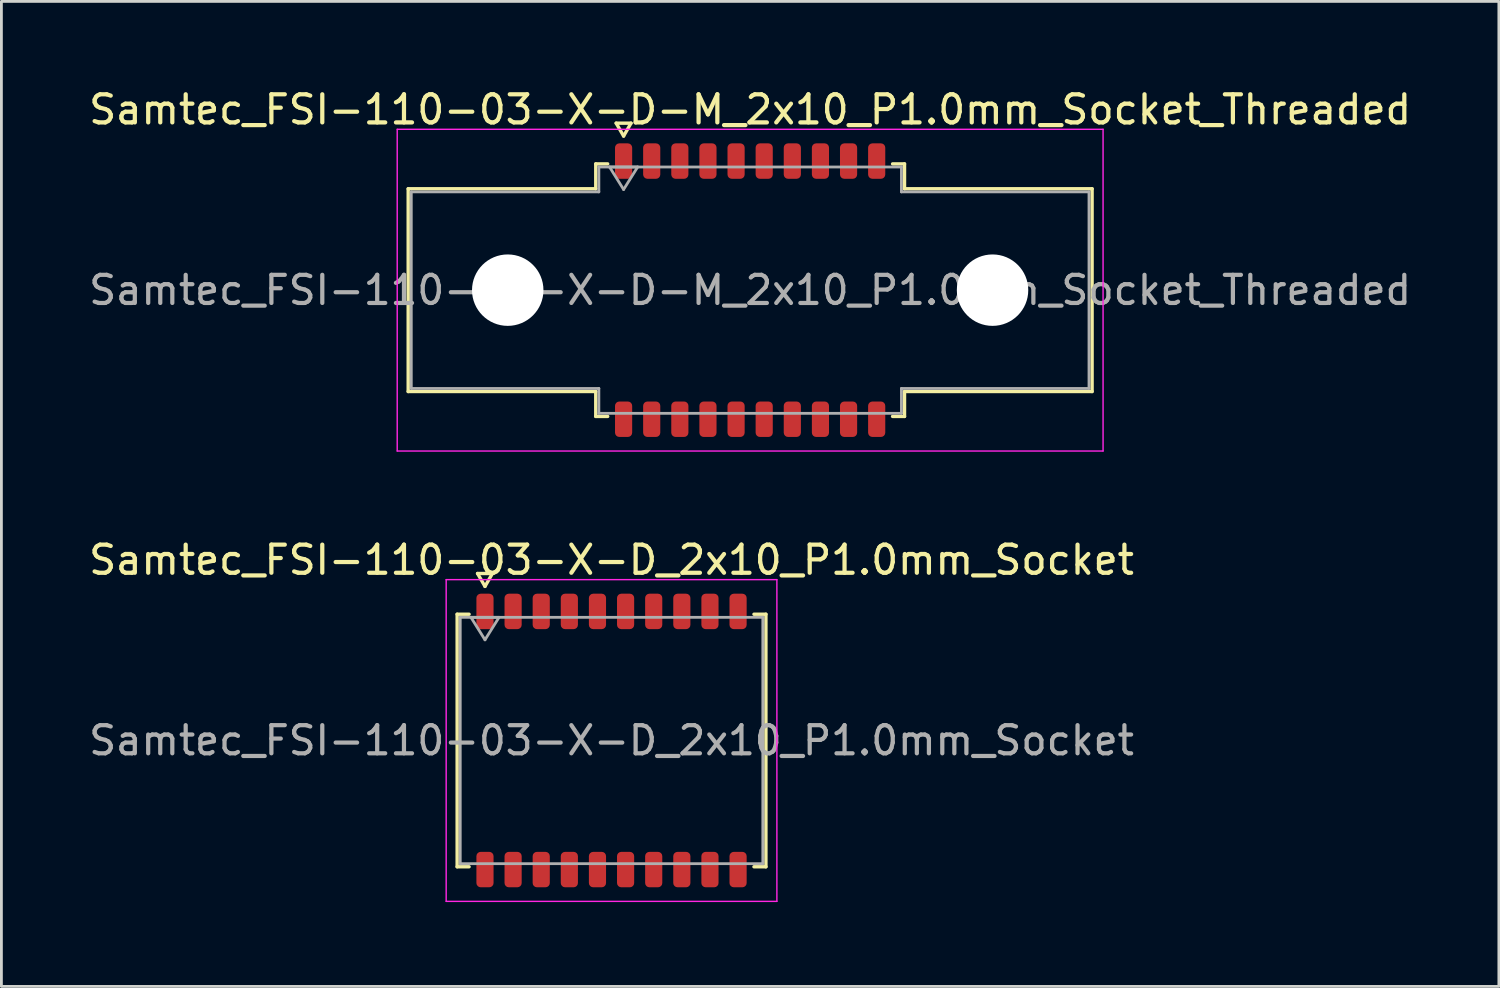
<source format=kicad_pcb>
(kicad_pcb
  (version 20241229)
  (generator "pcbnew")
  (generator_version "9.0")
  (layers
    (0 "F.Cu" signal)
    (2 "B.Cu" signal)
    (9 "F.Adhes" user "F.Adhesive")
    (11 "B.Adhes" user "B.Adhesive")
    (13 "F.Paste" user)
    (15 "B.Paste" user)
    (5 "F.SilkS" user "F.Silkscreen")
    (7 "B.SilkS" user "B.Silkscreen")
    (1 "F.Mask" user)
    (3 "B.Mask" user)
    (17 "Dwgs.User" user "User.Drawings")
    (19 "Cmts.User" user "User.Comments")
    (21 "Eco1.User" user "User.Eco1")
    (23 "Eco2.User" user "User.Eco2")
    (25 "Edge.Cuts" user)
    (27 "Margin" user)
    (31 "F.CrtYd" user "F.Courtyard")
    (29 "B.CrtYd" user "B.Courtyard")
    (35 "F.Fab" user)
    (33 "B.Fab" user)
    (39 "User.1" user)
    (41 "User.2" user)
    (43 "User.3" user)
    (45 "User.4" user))
  (footprint "Samtec_FSI-110-03-X-D-M_2x10_P1.0mm_Socket_Threaded"
    (layer "F.Cu")
    (at 23.625 7.268)
    (property "Reference" "Samtec_FSI-110-03-X-D-M_2x10_P1.0mm_Socket_Threaded" (at 0 -6.42 0) (layer "F.SilkS") (effects (font (size 1 1) (thickness 0.15))))
    (attr smd)
    (fp_line (start -12.16 -3.605) (end -5.49 -3.605) (stroke (width 0.12) (type solid)) (layer "F.SilkS"))
    (fp_line (start -12.16 3.605) (end -12.16 -3.605) (stroke (width 0.12) (type solid)) (layer "F.SilkS"))
    (fp_line (start -5.49 -4.49) (end -5.065 -4.49) (stroke (width 0.12) (type solid)) (layer "F.SilkS"))
    (fp_line (start -5.49 -3.605) (end -5.49 -4.49) (stroke (width 0.12) (type solid)) (layer "F.SilkS"))
    (fp_line (start -5.49 3.605) (end -12.16 3.605) (stroke (width 0.12) (type solid)) (layer "F.SilkS"))
    (fp_line (start -5.49 4.49) (end -5.49 3.605) (stroke (width 0.12) (type solid)) (layer "F.SilkS"))
    (fp_line (start -5.065 4.49) (end -5.49 4.49) (stroke (width 0.12) (type solid)) (layer "F.SilkS"))
    (fp_line (start -4.764 -5.938) (end -4.5 -5.48) (stroke (width 0.12) (type solid)) (layer "F.SilkS"))
    (fp_line (start -4.5 -5.48) (end -4.236 -5.938) (stroke (width 0.12) (type solid)) (layer "F.SilkS"))
    (fp_line (start -4.236 -5.938) (end -4.764 -5.938) (stroke (width 0.12) (type solid)) (layer "F.SilkS"))
    (fp_line (start 5.065 -4.49) (end 5.49 -4.49) (stroke (width 0.12) (type solid)) (layer "F.SilkS"))
    (fp_line (start 5.49 -4.49) (end 5.49 -3.605) (stroke (width 0.12) (type solid)) (layer "F.SilkS"))
    (fp_line (start 5.49 -3.605) (end 12.16 -3.605) (stroke (width 0.12) (type solid)) (layer "F.SilkS"))
    (fp_line (start 5.49 3.605) (end 5.49 4.49) (stroke (width 0.12) (type solid)) (layer "F.SilkS"))
    (fp_line (start 5.49 4.49) (end 5.065 4.49) (stroke (width 0.12) (type solid)) (layer "F.SilkS"))
    (fp_line (start 12.16 -3.605) (end 12.16 3.605) (stroke (width 0.12) (type solid)) (layer "F.SilkS"))
    (fp_line (start 12.16 3.605) (end 5.49 3.605) (stroke (width 0.12) (type solid)) (layer "F.SilkS"))
    (fp_line (start -12.55 -5.72) (end -12.55 5.72) (stroke (width 0.05) (type solid)) (layer "F.CrtYd"))
    (fp_line (start -12.55 5.72) (end 12.55 5.72) (stroke (width 0.05) (type solid)) (layer "F.CrtYd"))
    (fp_line (start 12.55 -5.72) (end -12.55 -5.72) (stroke (width 0.05) (type solid)) (layer "F.CrtYd"))
    (fp_line (start 12.55 5.72) (end 12.55 -5.72) (stroke (width 0.05) (type solid)) (layer "F.CrtYd"))
    (fp_line (start -12.05 -3.495) (end -5.38 -3.495) (stroke (width 0.1) (type solid)) (layer "F.Fab"))
    (fp_line (start -12.05 3.495) (end -12.05 -3.495) (stroke (width 0.1) (type solid)) (layer "F.Fab"))
    (fp_line (start -5.38 -4.38) (end 5.38 -4.38) (stroke (width 0.1) (type solid)) (layer "F.Fab"))
    (fp_line (start -5.38 -3.495) (end -5.38 -4.38) (stroke (width 0.1) (type solid)) (layer "F.Fab"))
    (fp_line (start -5.38 3.495) (end -12.05 3.495) (stroke (width 0.1) (type solid)) (layer "F.Fab"))
    (fp_line (start -5.38 4.38) (end -5.38 3.495) (stroke (width 0.1) (type solid)) (layer "F.Fab"))
    (fp_line (start -5 -4.38) (end -4.5 -3.58) (stroke (width 0.1) (type solid)) (layer "F.Fab"))
    (fp_line (start -4.5 -3.58) (end -4 -4.38) (stroke (width 0.1) (type solid)) (layer "F.Fab"))
    (fp_line (start -4 -4.38) (end -5 -4.38) (stroke (width 0.1) (type solid)) (layer "F.Fab"))
    (fp_line (start 5.38 -4.38) (end 5.38 -3.495) (stroke (width 0.1) (type solid)) (layer "F.Fab"))
    (fp_line (start 5.38 -3.495) (end 12.05 -3.495) (stroke (width 0.1) (type solid)) (layer "F.Fab"))
    (fp_line (start 5.38 3.495) (end 5.38 4.38) (stroke (width 0.1) (type solid)) (layer "F.Fab"))
    (fp_line (start 5.38 4.38) (end -5.38 4.38) (stroke (width 0.1) (type solid)) (layer "F.Fab"))
    (fp_line (start 12.05 -3.495) (end 12.05 3.495) (stroke (width 0.1) (type solid)) (layer "F.Fab"))
    (fp_line (start 12.05 3.495) (end 5.38 3.495) (stroke (width 0.1) (type solid)) (layer "F.Fab"))
    (fp_text user "${REFERENCE}" (at 0 0 0) (layer "F.Fab") (effects (font (size 1 1) (thickness 0.15))))
    (pad "" np_thru_hole circle (at -8.62 0) (size 2.54 2.54) (drill 2.54) (layers "*.Cu" "*.Mask"))
    (pad "" np_thru_hole circle (at 8.62 0) (size 2.54 2.54) (drill 2.54) (layers "*.Cu" "*.Mask"))
    (pad "1" smd roundrect (at -4.5 -4.59) (size 0.61 1.26) (layers "F.Cu" "F.Mask" "F.Paste") (roundrect_rratio 0.25))
    (pad "2" smd roundrect (at -4.5 4.59) (size 0.61 1.26) (layers "F.Cu" "F.Mask" "F.Paste") (roundrect_rratio 0.25))
    (pad "3" smd roundrect (at -3.5 -4.59) (size 0.61 1.26) (layers "F.Cu" "F.Mask" "F.Paste") (roundrect_rratio 0.25))
    (pad "4" smd roundrect (at -3.5 4.59) (size 0.61 1.26) (layers "F.Cu" "F.Mask" "F.Paste") (roundrect_rratio 0.25))
    (pad "5" smd roundrect (at -2.5 -4.59) (size 0.61 1.26) (layers "F.Cu" "F.Mask" "F.Paste") (roundrect_rratio 0.25))
    (pad "6" smd roundrect (at -2.5 4.59) (size 0.61 1.26) (layers "F.Cu" "F.Mask" "F.Paste") (roundrect_rratio 0.25))
    (pad "7" smd roundrect (at -1.5 -4.59) (size 0.61 1.26) (layers "F.Cu" "F.Mask" "F.Paste") (roundrect_rratio 0.25))
    (pad "8" smd roundrect (at -1.5 4.59) (size 0.61 1.26) (layers "F.Cu" "F.Mask" "F.Paste") (roundrect_rratio 0.25))
    (pad "9" smd roundrect (at -0.5 -4.59) (size 0.61 1.26) (layers "F.Cu" "F.Mask" "F.Paste") (roundrect_rratio 0.25))
    (pad "10" smd roundrect (at -0.5 4.59) (size 0.61 1.26) (layers "F.Cu" "F.Mask" "F.Paste") (roundrect_rratio 0.25))
    (pad "11" smd roundrect (at 0.5 -4.59) (size 0.61 1.26) (layers "F.Cu" "F.Mask" "F.Paste") (roundrect_rratio 0.25))
    (pad "12" smd roundrect (at 0.5 4.59) (size 0.61 1.26) (layers "F.Cu" "F.Mask" "F.Paste") (roundrect_rratio 0.25))
    (pad "13" smd roundrect (at 1.5 -4.59) (size 0.61 1.26) (layers "F.Cu" "F.Mask" "F.Paste") (roundrect_rratio 0.25))
    (pad "14" smd roundrect (at 1.5 4.59) (size 0.61 1.26) (layers "F.Cu" "F.Mask" "F.Paste") (roundrect_rratio 0.25))
    (pad "15" smd roundrect (at 2.5 -4.59) (size 0.61 1.26) (layers "F.Cu" "F.Mask" "F.Paste") (roundrect_rratio 0.25))
    (pad "16" smd roundrect (at 2.5 4.59) (size 0.61 1.26) (layers "F.Cu" "F.Mask" "F.Paste") (roundrect_rratio 0.25))
    (pad "17" smd roundrect (at 3.5 -4.59) (size 0.61 1.26) (layers "F.Cu" "F.Mask" "F.Paste") (roundrect_rratio 0.25))
    (pad "18" smd roundrect (at 3.5 4.59) (size 0.61 1.26) (layers "F.Cu" "F.Mask" "F.Paste") (roundrect_rratio 0.25))
    (pad "19" smd roundrect (at 4.5 -4.59) (size 0.61 1.26) (layers "F.Cu" "F.Mask" "F.Paste") (roundrect_rratio 0.25))
    (pad "20" smd roundrect (at 4.5 4.59) (size 0.61 1.26) (layers "F.Cu" "F.Mask" "F.Paste") (roundrect_rratio 0.25)))
  (footprint "Samtec_FSI-110-03-X-D_2x10_P1.0mm_Socket"
    (layer "F.Cu")
    (at 18.696 23.282)
    (property "Reference" "Samtec_FSI-110-03-X-D_2x10_P1.0mm_Socket" (at 0 -6.42 0) (layer "F.SilkS") (effects (font (size 1 1) (thickness 0.15))))
    (attr smd)
    (fp_line (start -5.49 -4.49) (end -5.065 -4.49) (stroke (width 0.12) (type solid)) (layer "F.SilkS"))
    (fp_line (start -5.49 4.49) (end -5.49 -4.49) (stroke (width 0.12) (type solid)) (layer "F.SilkS"))
    (fp_line (start -5.065 4.49) (end -5.49 4.49) (stroke (width 0.12) (type solid)) (layer "F.SilkS"))
    (fp_line (start -4.764 -5.938) (end -4.5 -5.48) (stroke (width 0.12) (type solid)) (layer "F.SilkS"))
    (fp_line (start -4.5 -5.48) (end -4.236 -5.938) (stroke (width 0.12) (type solid)) (layer "F.SilkS"))
    (fp_line (start -4.236 -5.938) (end -4.764 -5.938) (stroke (width 0.12) (type solid)) (layer "F.SilkS"))
    (fp_line (start 5.065 -4.49) (end 5.49 -4.49) (stroke (width 0.12) (type solid)) (layer "F.SilkS"))
    (fp_line (start 5.49 -4.49) (end 5.49 4.49) (stroke (width 0.12) (type solid)) (layer "F.SilkS"))
    (fp_line (start 5.49 4.49) (end 5.065 4.49) (stroke (width 0.12) (type solid)) (layer "F.SilkS"))
    (fp_line (start -5.88 -5.72) (end -5.88 5.72) (stroke (width 0.05) (type solid)) (layer "F.CrtYd"))
    (fp_line (start -5.88 5.72) (end 5.88 5.72) (stroke (width 0.05) (type solid)) (layer "F.CrtYd"))
    (fp_line (start 5.88 -5.72) (end -5.88 -5.72) (stroke (width 0.05) (type solid)) (layer "F.CrtYd"))
    (fp_line (start 5.88 5.72) (end 5.88 -5.72) (stroke (width 0.05) (type solid)) (layer "F.CrtYd"))
    (fp_line (start -5.38 -4.38) (end 5.38 -4.38) (stroke (width 0.1) (type solid)) (layer "F.Fab"))
    (fp_line (start -5.38 4.38) (end -5.38 -4.38) (stroke (width 0.1) (type solid)) (layer "F.Fab"))
    (fp_line (start -5 -4.38) (end -4.5 -3.58) (stroke (width 0.1) (type solid)) (layer "F.Fab"))
    (fp_line (start -4.5 -3.58) (end -4 -4.38) (stroke (width 0.1) (type solid)) (layer "F.Fab"))
    (fp_line (start -4 -4.38) (end -5 -4.38) (stroke (width 0.1) (type solid)) (layer "F.Fab"))
    (fp_line (start 5.38 -4.38) (end 5.38 4.38) (stroke (width 0.1) (type solid)) (layer "F.Fab"))
    (fp_line (start 5.38 4.38) (end -5.38 4.38) (stroke (width 0.1) (type solid)) (layer "F.Fab"))
    (fp_text user "${REFERENCE}" (at 0 0 0) (layer "F.Fab") (effects (font (size 1 1) (thickness 0.15))))
    (pad "1" smd roundrect (at -4.5 -4.59) (size 0.61 1.26) (layers "F.Cu" "F.Mask" "F.Paste") (roundrect_rratio 0.25))
    (pad "2" smd roundrect (at -4.5 4.59) (size 0.61 1.26) (layers "F.Cu" "F.Mask" "F.Paste") (roundrect_rratio 0.25))
    (pad "3" smd roundrect (at -3.5 -4.59) (size 0.61 1.26) (layers "F.Cu" "F.Mask" "F.Paste") (roundrect_rratio 0.25))
    (pad "4" smd roundrect (at -3.5 4.59) (size 0.61 1.26) (layers "F.Cu" "F.Mask" "F.Paste") (roundrect_rratio 0.25))
    (pad "5" smd roundrect (at -2.5 -4.59) (size 0.61 1.26) (layers "F.Cu" "F.Mask" "F.Paste") (roundrect_rratio 0.25))
    (pad "6" smd roundrect (at -2.5 4.59) (size 0.61 1.26) (layers "F.Cu" "F.Mask" "F.Paste") (roundrect_rratio 0.25))
    (pad "7" smd roundrect (at -1.5 -4.59) (size 0.61 1.26) (layers "F.Cu" "F.Mask" "F.Paste") (roundrect_rratio 0.25))
    (pad "8" smd roundrect (at -1.5 4.59) (size 0.61 1.26) (layers "F.Cu" "F.Mask" "F.Paste") (roundrect_rratio 0.25))
    (pad "9" smd roundrect (at -0.5 -4.59) (size 0.61 1.26) (layers "F.Cu" "F.Mask" "F.Paste") (roundrect_rratio 0.25))
    (pad "10" smd roundrect (at -0.5 4.59) (size 0.61 1.26) (layers "F.Cu" "F.Mask" "F.Paste") (roundrect_rratio 0.25))
    (pad "11" smd roundrect (at 0.5 -4.59) (size 0.61 1.26) (layers "F.Cu" "F.Mask" "F.Paste") (roundrect_rratio 0.25))
    (pad "12" smd roundrect (at 0.5 4.59) (size 0.61 1.26) (layers "F.Cu" "F.Mask" "F.Paste") (roundrect_rratio 0.25))
    (pad "13" smd roundrect (at 1.5 -4.59) (size 0.61 1.26) (layers "F.Cu" "F.Mask" "F.Paste") (roundrect_rratio 0.25))
    (pad "14" smd roundrect (at 1.5 4.59) (size 0.61 1.26) (layers "F.Cu" "F.Mask" "F.Paste") (roundrect_rratio 0.25))
    (pad "15" smd roundrect (at 2.5 -4.59) (size 0.61 1.26) (layers "F.Cu" "F.Mask" "F.Paste") (roundrect_rratio 0.25))
    (pad "16" smd roundrect (at 2.5 4.59) (size 0.61 1.26) (layers "F.Cu" "F.Mask" "F.Paste") (roundrect_rratio 0.25))
    (pad "17" smd roundrect (at 3.5 -4.59) (size 0.61 1.26) (layers "F.Cu" "F.Mask" "F.Paste") (roundrect_rratio 0.25))
    (pad "18" smd roundrect (at 3.5 4.59) (size 0.61 1.26) (layers "F.Cu" "F.Mask" "F.Paste") (roundrect_rratio 0.25))
    (pad "19" smd roundrect (at 4.5 -4.59) (size 0.61 1.26) (layers "F.Cu" "F.Mask" "F.Paste") (roundrect_rratio 0.25))
    (pad "20" smd roundrect (at 4.5 4.59) (size 0.61 1.26) (layers "F.Cu" "F.Mask" "F.Paste") (roundrect_rratio 0.25)))
  (gr_rect
    (start -3 -3)
    (end 50.25 32.026)
    (stroke (width 0.1) (type default))
    (fill no)
    (layer "Edge.Cuts")))
</source>
